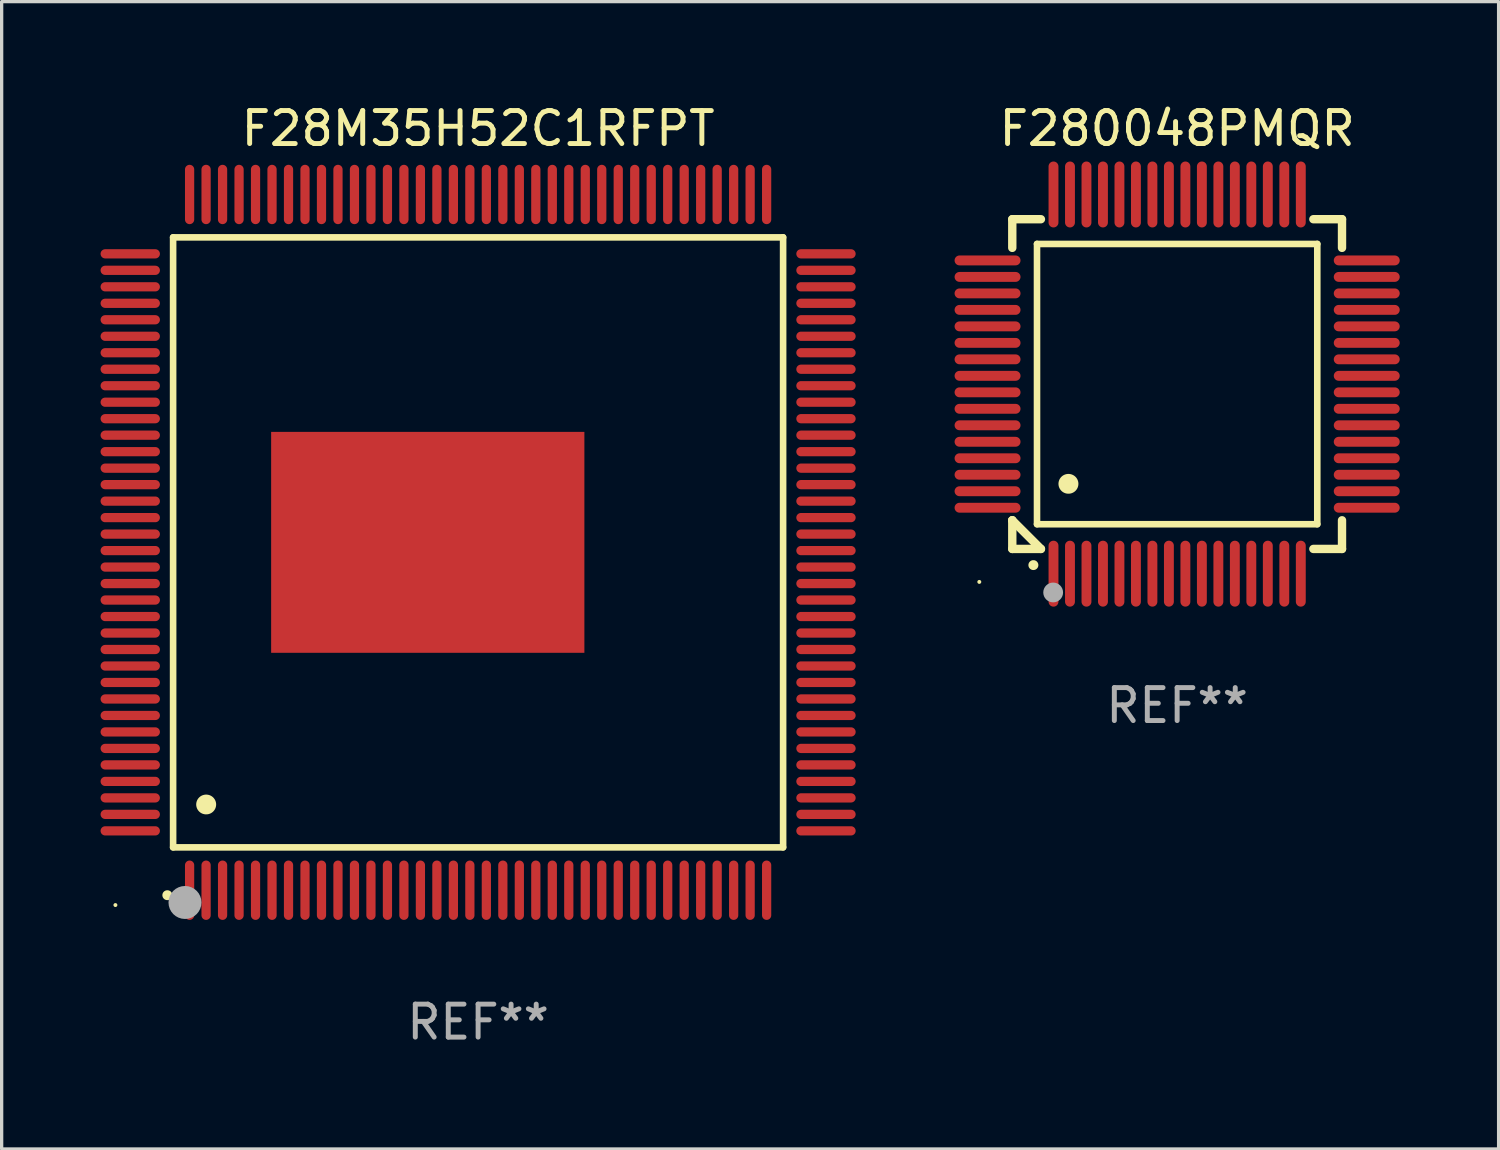
<source format=kicad_pcb>
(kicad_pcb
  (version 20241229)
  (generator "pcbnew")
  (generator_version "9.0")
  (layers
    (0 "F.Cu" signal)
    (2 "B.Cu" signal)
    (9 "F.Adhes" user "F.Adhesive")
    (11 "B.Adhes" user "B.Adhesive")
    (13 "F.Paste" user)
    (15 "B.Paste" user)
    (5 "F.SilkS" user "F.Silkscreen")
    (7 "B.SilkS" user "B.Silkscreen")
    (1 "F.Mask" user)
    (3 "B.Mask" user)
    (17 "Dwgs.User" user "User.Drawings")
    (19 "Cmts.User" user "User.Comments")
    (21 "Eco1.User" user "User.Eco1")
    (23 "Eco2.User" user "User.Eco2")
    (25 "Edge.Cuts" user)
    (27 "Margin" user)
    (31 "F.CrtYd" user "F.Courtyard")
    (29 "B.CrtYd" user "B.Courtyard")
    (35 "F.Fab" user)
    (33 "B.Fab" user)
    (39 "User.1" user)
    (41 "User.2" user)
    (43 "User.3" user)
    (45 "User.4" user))
  (footprint "F28M35H52C1RFPT"
    (layer "F.Cu")
    (at 11.45 13.398)
    (property "Reference" "F28M35H52C1RFPT" (at 0 -12.55 0) (layer "F.SilkS") (effects (font (size 1 1) (thickness 0.15))))
    (attr through_hole)
    (fp_line (start -9.25 -9.25) (end 9.25 -9.25) (stroke (width 0.2) (type solid)) (layer "F.SilkS"))
    (fp_line (start -9.25 9.25) (end -9.25 -9.25) (stroke (width 0.2) (type solid)) (layer "F.SilkS"))
    (fp_line (start 9.25 -9.25) (end 9.25 9.25) (stroke (width 0.2) (type solid)) (layer "F.SilkS"))
    (fp_line (start 9.25 9.25) (end -9.25 9.25) (stroke (width 0.2) (type solid)) (layer "F.SilkS"))
    (fp_arc (start -9.425959 10.701041) (mid -9.424689 10.701036) (end -9.423419 10.701041) (stroke (width 0.3) (type solid)) (layer "F.SilkS"))
    (fp_arc (start -8.249936 7.950216) (mid -8.247396 7.950205) (end -8.244856 7.950216) (stroke (width 0.6) (type solid)) (layer "F.SilkS"))
    (fp_circle (center -11 11) (end -10.97 11) (stroke (width 0.06) (type solid)) (fill no) (layer "F.SilkS"))
    (fp_circle (center -8.89 10.922) (end -8.64 10.922) (stroke (width 0.5) (type solid)) (fill no) (layer "F.Fab"))
    (fp_text user "REF**" (at 0 14.55 0) (layer "F.Fab") (effects (font (size 1 1) (thickness 0.15))))
    (pad "1" smd oval (at -8.75 10.55) (size 0.28 1.8) (layers "F.Cu" "F.Mask" "F.Paste"))
    (pad "2" smd oval (at -8.25 10.55) (size 0.28 1.8) (layers "F.Cu" "F.Mask" "F.Paste"))
    (pad "3" smd oval (at -7.75 10.55) (size 0.28 1.8) (layers "F.Cu" "F.Mask" "F.Paste"))
    (pad "4" smd oval (at -7.25 10.55) (size 0.28 1.8) (layers "F.Cu" "F.Mask" "F.Paste"))
    (pad "5" smd oval (at -6.75 10.55) (size 0.28 1.8) (layers "F.Cu" "F.Mask" "F.Paste"))
    (pad "6" smd oval (at -6.25 10.55) (size 0.28 1.8) (layers "F.Cu" "F.Mask" "F.Paste"))
    (pad "7" smd oval (at -5.75 10.55) (size 0.28 1.8) (layers "F.Cu" "F.Mask" "F.Paste"))
    (pad "8" smd oval (at -5.25 10.55) (size 0.28 1.8) (layers "F.Cu" "F.Mask" "F.Paste"))
    (pad "9" smd oval (at -4.75 10.55) (size 0.28 1.8) (layers "F.Cu" "F.Mask" "F.Paste"))
    (pad "10" smd oval (at -4.25 10.55) (size 0.28 1.8) (layers "F.Cu" "F.Mask" "F.Paste"))
    (pad "11" smd oval (at -3.75 10.55) (size 0.28 1.8) (layers "F.Cu" "F.Mask" "F.Paste"))
    (pad "12" smd oval (at -3.25 10.55) (size 0.28 1.8) (layers "F.Cu" "F.Mask" "F.Paste"))
    (pad "13" smd oval (at -2.75 10.55) (size 0.28 1.8) (layers "F.Cu" "F.Mask" "F.Paste"))
    (pad "14" smd oval (at -2.25 10.55) (size 0.28 1.8) (layers "F.Cu" "F.Mask" "F.Paste"))
    (pad "15" smd oval (at -1.75 10.55) (size 0.28 1.8) (layers "F.Cu" "F.Mask" "F.Paste"))
    (pad "16" smd oval (at -1.25 10.55) (size 0.28 1.8) (layers "F.Cu" "F.Mask" "F.Paste"))
    (pad "17" smd oval (at -0.75 10.55) (size 0.28 1.8) (layers "F.Cu" "F.Mask" "F.Paste"))
    (pad "18" smd oval (at -0.25 10.55) (size 0.28 1.8) (layers "F.Cu" "F.Mask" "F.Paste"))
    (pad "19" smd oval (at 0.25 10.55) (size 0.28 1.8) (layers "F.Cu" "F.Mask" "F.Paste"))
    (pad "20" smd oval (at 0.75 10.55) (size 0.28 1.8) (layers "F.Cu" "F.Mask" "F.Paste"))
    (pad "21" smd oval (at 1.25 10.55) (size 0.28 1.8) (layers "F.Cu" "F.Mask" "F.Paste"))
    (pad "22" smd oval (at 1.75 10.55) (size 0.28 1.8) (layers "F.Cu" "F.Mask" "F.Paste"))
    (pad "23" smd oval (at 2.25 10.55) (size 0.28 1.8) (layers "F.Cu" "F.Mask" "F.Paste"))
    (pad "24" smd oval (at 2.75 10.55) (size 0.28 1.8) (layers "F.Cu" "F.Mask" "F.Paste"))
    (pad "25" smd oval (at 3.25 10.55) (size 0.28 1.8) (layers "F.Cu" "F.Mask" "F.Paste"))
    (pad "26" smd oval (at 3.75 10.55) (size 0.28 1.8) (layers "F.Cu" "F.Mask" "F.Paste"))
    (pad "27" smd oval (at 4.25 10.55) (size 0.28 1.8) (layers "F.Cu" "F.Mask" "F.Paste"))
    (pad "28" smd oval (at 4.75 10.55) (size 0.28 1.8) (layers "F.Cu" "F.Mask" "F.Paste"))
    (pad "29" smd oval (at 5.25 10.55) (size 0.28 1.8) (layers "F.Cu" "F.Mask" "F.Paste"))
    (pad "30" smd oval (at 5.75 10.55) (size 0.28 1.8) (layers "F.Cu" "F.Mask" "F.Paste"))
    (pad "31" smd oval (at 6.25 10.55) (size 0.28 1.8) (layers "F.Cu" "F.Mask" "F.Paste"))
    (pad "32" smd oval (at 6.75 10.55) (size 0.28 1.8) (layers "F.Cu" "F.Mask" "F.Paste"))
    (pad "33" smd oval (at 7.25 10.55) (size 0.28 1.8) (layers "F.Cu" "F.Mask" "F.Paste"))
    (pad "34" smd oval (at 7.75 10.55) (size 0.28 1.8) (layers "F.Cu" "F.Mask" "F.Paste"))
    (pad "35" smd oval (at 8.25 10.55) (size 0.28 1.8) (layers "F.Cu" "F.Mask" "F.Paste"))
    (pad "36" smd oval (at 8.75 10.55) (size 0.28 1.8) (layers "F.Cu" "F.Mask" "F.Paste"))
    (pad "37" smd oval (at 10.55 8.75) (size 1.8 0.28) (layers "F.Cu" "F.Mask" "F.Paste"))
    (pad "38" smd oval (at 10.55 8.25) (size 1.8 0.28) (layers "F.Cu" "F.Mask" "F.Paste"))
    (pad "39" smd oval (at 10.55 7.75) (size 1.8 0.28) (layers "F.Cu" "F.Mask" "F.Paste"))
    (pad "40" smd oval (at 10.55 7.25) (size 1.8 0.28) (layers "F.Cu" "F.Mask" "F.Paste"))
    (pad "41" smd oval (at 10.55 6.75) (size 1.8 0.28) (layers "F.Cu" "F.Mask" "F.Paste"))
    (pad "42" smd oval (at 10.55 6.25) (size 1.8 0.28) (layers "F.Cu" "F.Mask" "F.Paste"))
    (pad "43" smd oval (at 10.55 5.75) (size 1.8 0.28) (layers "F.Cu" "F.Mask" "F.Paste"))
    (pad "44" smd oval (at 10.55 5.25) (size 1.8 0.28) (layers "F.Cu" "F.Mask" "F.Paste"))
    (pad "45" smd oval (at 10.55 4.75) (size 1.8 0.28) (layers "F.Cu" "F.Mask" "F.Paste"))
    (pad "46" smd oval (at 10.55 4.25) (size 1.8 0.28) (layers "F.Cu" "F.Mask" "F.Paste"))
    (pad "47" smd oval (at 10.55 3.75) (size 1.8 0.28) (layers "F.Cu" "F.Mask" "F.Paste"))
    (pad "48" smd oval (at 10.55 3.25) (size 1.8 0.28) (layers "F.Cu" "F.Mask" "F.Paste"))
    (pad "49" smd oval (at 10.55 2.75) (size 1.8 0.28) (layers "F.Cu" "F.Mask" "F.Paste"))
    (pad "50" smd oval (at 10.55 2.25) (size 1.8 0.28) (layers "F.Cu" "F.Mask" "F.Paste"))
    (pad "51" smd oval (at 10.55 1.75) (size 1.8 0.28) (layers "F.Cu" "F.Mask" "F.Paste"))
    (pad "52" smd oval (at 10.55 1.25) (size 1.8 0.28) (layers "F.Cu" "F.Mask" "F.Paste"))
    (pad "53" smd oval (at 10.55 0.75) (size 1.8 0.28) (layers "F.Cu" "F.Mask" "F.Paste"))
    (pad "54" smd oval (at 10.55 0.25) (size 1.8 0.28) (layers "F.Cu" "F.Mask" "F.Paste"))
    (pad "55" smd oval (at 10.55 -0.25) (size 1.8 0.28) (layers "F.Cu" "F.Mask" "F.Paste"))
    (pad "56" smd oval (at 10.55 -0.75) (size 1.8 0.28) (layers "F.Cu" "F.Mask" "F.Paste"))
    (pad "57" smd oval (at 10.55 -1.25) (size 1.8 0.28) (layers "F.Cu" "F.Mask" "F.Paste"))
    (pad "58" smd oval (at 10.55 -1.75) (size 1.8 0.28) (layers "F.Cu" "F.Mask" "F.Paste"))
    (pad "59" smd oval (at 10.55 -2.25) (size 1.8 0.28) (layers "F.Cu" "F.Mask" "F.Paste"))
    (pad "60" smd oval (at 10.55 -2.75) (size 1.8 0.28) (layers "F.Cu" "F.Mask" "F.Paste"))
    (pad "61" smd oval (at 10.55 -3.25) (size 1.8 0.28) (layers "F.Cu" "F.Mask" "F.Paste"))
    (pad "62" smd oval (at 10.55 -3.75) (size 1.8 0.28) (layers "F.Cu" "F.Mask" "F.Paste"))
    (pad "63" smd oval (at 10.55 -4.25) (size 1.8 0.28) (layers "F.Cu" "F.Mask" "F.Paste"))
    (pad "64" smd oval (at 10.55 -4.75) (size 1.8 0.28) (layers "F.Cu" "F.Mask" "F.Paste"))
    (pad "65" smd oval (at 10.55 -5.25) (size 1.8 0.28) (layers "F.Cu" "F.Mask" "F.Paste"))
    (pad "66" smd oval (at 10.55 -5.75) (size 1.8 0.28) (layers "F.Cu" "F.Mask" "F.Paste"))
    (pad "67" smd oval (at 10.55 -6.25) (size 1.8 0.28) (layers "F.Cu" "F.Mask" "F.Paste"))
    (pad "68" smd oval (at 10.55 -6.75) (size 1.8 0.28) (layers "F.Cu" "F.Mask" "F.Paste"))
    (pad "69" smd oval (at 10.55 -7.25) (size 1.8 0.28) (layers "F.Cu" "F.Mask" "F.Paste"))
    (pad "70" smd oval (at 10.55 -7.75) (size 1.8 0.28) (layers "F.Cu" "F.Mask" "F.Paste"))
    (pad "71" smd oval (at 10.55 -8.25) (size 1.8 0.28) (layers "F.Cu" "F.Mask" "F.Paste"))
    (pad "72" smd oval (at 10.55 -8.75) (size 1.8 0.28) (layers "F.Cu" "F.Mask" "F.Paste"))
    (pad "73" smd oval (at 8.75 -10.55) (size 0.28 1.8) (layers "F.Cu" "F.Mask" "F.Paste"))
    (pad "74" smd oval (at 8.25 -10.55) (size 0.28 1.8) (layers "F.Cu" "F.Mask" "F.Paste"))
    (pad "75" smd oval (at 7.75 -10.55) (size 0.28 1.8) (layers "F.Cu" "F.Mask" "F.Paste"))
    (pad "76" smd oval (at 7.25 -10.55) (size 0.28 1.8) (layers "F.Cu" "F.Mask" "F.Paste"))
    (pad "77" smd oval (at 6.75 -10.55) (size 0.28 1.8) (layers "F.Cu" "F.Mask" "F.Paste"))
    (pad "78" smd oval (at 6.25 -10.55) (size 0.28 1.8) (layers "F.Cu" "F.Mask" "F.Paste"))
    (pad "79" smd oval (at 5.75 -10.55) (size 0.28 1.8) (layers "F.Cu" "F.Mask" "F.Paste"))
    (pad "80" smd oval (at 5.25 -10.55) (size 0.28 1.8) (layers "F.Cu" "F.Mask" "F.Paste"))
    (pad "81" smd oval (at 4.75 -10.55) (size 0.28 1.8) (layers "F.Cu" "F.Mask" "F.Paste"))
    (pad "82" smd oval (at 4.25 -10.55) (size 0.28 1.8) (layers "F.Cu" "F.Mask" "F.Paste"))
    (pad "83" smd oval (at 3.75 -10.55) (size 0.28 1.8) (layers "F.Cu" "F.Mask" "F.Paste"))
    (pad "84" smd oval (at 3.25 -10.55) (size 0.28 1.8) (layers "F.Cu" "F.Mask" "F.Paste"))
    (pad "85" smd oval (at 2.75 -10.55) (size 0.28 1.8) (layers "F.Cu" "F.Mask" "F.Paste"))
    (pad "86" smd oval (at 2.25 -10.55) (size 0.28 1.8) (layers "F.Cu" "F.Mask" "F.Paste"))
    (pad "87" smd oval (at 1.75 -10.55) (size 0.28 1.8) (layers "F.Cu" "F.Mask" "F.Paste"))
    (pad "88" smd oval (at 1.25 -10.55) (size 0.28 1.8) (layers "F.Cu" "F.Mask" "F.Paste"))
    (pad "89" smd oval (at 0.75 -10.55) (size 0.28 1.8) (layers "F.Cu" "F.Mask" "F.Paste"))
    (pad "90" smd oval (at 0.25 -10.55) (size 0.28 1.8) (layers "F.Cu" "F.Mask" "F.Paste"))
    (pad "91" smd oval (at -0.25 -10.55) (size 0.28 1.8) (layers "F.Cu" "F.Mask" "F.Paste"))
    (pad "92" smd oval (at -0.75 -10.55) (size 0.28 1.8) (layers "F.Cu" "F.Mask" "F.Paste"))
    (pad "93" smd oval (at -1.25 -10.55) (size 0.28 1.8) (layers "F.Cu" "F.Mask" "F.Paste"))
    (pad "94" smd oval (at -1.75 -10.55) (size 0.28 1.8) (layers "F.Cu" "F.Mask" "F.Paste"))
    (pad "95" smd oval (at -2.25 -10.55) (size 0.28 1.8) (layers "F.Cu" "F.Mask" "F.Paste"))
    (pad "96" smd oval (at -2.75 -10.55) (size 0.28 1.8) (layers "F.Cu" "F.Mask" "F.Paste"))
    (pad "97" smd oval (at -3.25 -10.55) (size 0.28 1.8) (layers "F.Cu" "F.Mask" "F.Paste"))
    (pad "98" smd oval (at -3.75 -10.55) (size 0.28 1.8) (layers "F.Cu" "F.Mask" "F.Paste"))
    (pad "99" smd oval (at -4.25 -10.55) (size 0.28 1.8) (layers "F.Cu" "F.Mask" "F.Paste"))
    (pad "100" smd oval (at -4.75 -10.55) (size 0.28 1.8) (layers "F.Cu" "F.Mask" "F.Paste"))
    (pad "101" smd oval (at -5.25 -10.55) (size 0.28 1.8) (layers "F.Cu" "F.Mask" "F.Paste"))
    (pad "102" smd oval (at -5.75 -10.55) (size 0.28 1.8) (layers "F.Cu" "F.Mask" "F.Paste"))
    (pad "103" smd oval (at -6.25 -10.55) (size 0.28 1.8) (layers "F.Cu" "F.Mask" "F.Paste"))
    (pad "104" smd oval (at -6.75 -10.55) (size 0.28 1.8) (layers "F.Cu" "F.Mask" "F.Paste"))
    (pad "105" smd oval (at -7.25 -10.55) (size 0.28 1.8) (layers "F.Cu" "F.Mask" "F.Paste"))
    (pad "106" smd oval (at -7.75 -10.55) (size 0.28 1.8) (layers "F.Cu" "F.Mask" "F.Paste"))
    (pad "107" smd oval (at -8.25 -10.55) (size 0.28 1.8) (layers "F.Cu" "F.Mask" "F.Paste"))
    (pad "108" smd oval (at -8.75 -10.55) (size 0.28 1.8) (layers "F.Cu" "F.Mask" "F.Paste"))
    (pad "109" smd oval (at -10.55 -8.75) (size 1.8 0.28) (layers "F.Cu" "F.Mask" "F.Paste"))
    (pad "110" smd oval (at -10.55 -8.25) (size 1.8 0.28) (layers "F.Cu" "F.Mask" "F.Paste"))
    (pad "111" smd oval (at -10.55 -7.75) (size 1.8 0.28) (layers "F.Cu" "F.Mask" "F.Paste"))
    (pad "112" smd oval (at -10.55 -7.25) (size 1.8 0.28) (layers "F.Cu" "F.Mask" "F.Paste"))
    (pad "113" smd oval (at -10.55 -6.75) (size 1.8 0.28) (layers "F.Cu" "F.Mask" "F.Paste"))
    (pad "114" smd oval (at -10.55 -6.25) (size 1.8 0.28) (layers "F.Cu" "F.Mask" "F.Paste"))
    (pad "115" smd oval (at -10.55 -5.75) (size 1.8 0.28) (layers "F.Cu" "F.Mask" "F.Paste"))
    (pad "116" smd oval (at -10.55 -5.25) (size 1.8 0.28) (layers "F.Cu" "F.Mask" "F.Paste"))
    (pad "117" smd oval (at -10.55 -4.75) (size 1.8 0.28) (layers "F.Cu" "F.Mask" "F.Paste"))
    (pad "118" smd oval (at -10.55 -4.25) (size 1.8 0.28) (layers "F.Cu" "F.Mask" "F.Paste"))
    (pad "119" smd oval (at -10.55 -3.75) (size 1.8 0.28) (layers "F.Cu" "F.Mask" "F.Paste"))
    (pad "120" smd oval (at -10.55 -3.25) (size 1.8 0.28) (layers "F.Cu" "F.Mask" "F.Paste"))
    (pad "121" smd oval (at -10.55 -2.75) (size 1.8 0.28) (layers "F.Cu" "F.Mask" "F.Paste"))
    (pad "122" smd oval (at -10.55 -2.25) (size 1.8 0.28) (layers "F.Cu" "F.Mask" "F.Paste"))
    (pad "123" smd oval (at -10.55 -1.75) (size 1.8 0.28) (layers "F.Cu" "F.Mask" "F.Paste"))
    (pad "124" smd oval (at -10.55 -1.25) (size 1.8 0.28) (layers "F.Cu" "F.Mask" "F.Paste"))
    (pad "125" smd oval (at -10.55 -0.75) (size 1.8 0.28) (layers "F.Cu" "F.Mask" "F.Paste"))
    (pad "126" smd oval (at -10.55 -0.25) (size 1.8 0.28) (layers "F.Cu" "F.Mask" "F.Paste"))
    (pad "127" smd oval (at -10.55 0.25) (size 1.8 0.28) (layers "F.Cu" "F.Mask" "F.Paste"))
    (pad "128" smd oval (at -10.55 0.75) (size 1.8 0.28) (layers "F.Cu" "F.Mask" "F.Paste"))
    (pad "129" smd oval (at -10.55 1.25) (size 1.8 0.28) (layers "F.Cu" "F.Mask" "F.Paste"))
    (pad "130" smd oval (at -10.55 1.75) (size 1.8 0.28) (layers "F.Cu" "F.Mask" "F.Paste"))
    (pad "131" smd oval (at -10.55 2.25) (size 1.8 0.28) (layers "F.Cu" "F.Mask" "F.Paste"))
    (pad "132" smd oval (at -10.55 2.75) (size 1.8 0.28) (layers "F.Cu" "F.Mask" "F.Paste"))
    (pad "133" smd oval (at -10.55 3.25) (size 1.8 0.28) (layers "F.Cu" "F.Mask" "F.Paste"))
    (pad "134" smd oval (at -10.55 3.75) (size 1.8 0.28) (layers "F.Cu" "F.Mask" "F.Paste"))
    (pad "135" smd oval (at -10.55 4.25) (size 1.8 0.28) (layers "F.Cu" "F.Mask" "F.Paste"))
    (pad "136" smd oval (at -10.55 4.75) (size 1.8 0.28) (layers "F.Cu" "F.Mask" "F.Paste"))
    (pad "137" smd oval (at -10.55 5.25) (size 1.8 0.28) (layers "F.Cu" "F.Mask" "F.Paste"))
    (pad "138" smd oval (at -10.55 5.75) (size 1.8 0.28) (layers "F.Cu" "F.Mask" "F.Paste"))
    (pad "139" smd oval (at -10.55 6.25) (size 1.8 0.28) (layers "F.Cu" "F.Mask" "F.Paste"))
    (pad "140" smd oval (at -10.55 6.75) (size 1.8 0.28) (layers "F.Cu" "F.Mask" "F.Paste"))
    (pad "141" smd oval (at -10.55 7.25) (size 1.8 0.28) (layers "F.Cu" "F.Mask" "F.Paste"))
    (pad "142" smd oval (at -10.55 7.75) (size 1.8 0.28) (layers "F.Cu" "F.Mask" "F.Paste"))
    (pad "143" smd oval (at -10.55 8.25) (size 1.8 0.28) (layers "F.Cu" "F.Mask" "F.Paste"))
    (pad "144" smd oval (at -10.55 8.75) (size 1.8 0.28) (layers "F.Cu" "F.Mask" "F.Paste"))
    (pad "145" smd rect (at -1.527 0) (size 9.5 6.7) (layers "F.Cu" "F.Mask" "F.Paste")))
  (footprint "F280048PMQR"
    (layer "F.Cu")
    (at 32.65 8.598)
    (property "Reference" "F280048PMQR" (at 0 -7.75 0) (layer "F.SilkS") (effects (font (size 1 1) (thickness 0.15))))
    (attr through_hole)
    (fp_line (start -5 -5) (end -4.131 -5) (stroke (width 0.254) (type solid)) (layer "F.SilkS"))
    (fp_line (start -5 -4.131) (end -5 -5) (stroke (width 0.254) (type solid)) (layer "F.SilkS"))
    (fp_line (start -5 4.131) (end -5 4.131) (stroke (width 0.254) (type solid)) (layer "F.SilkS"))
    (fp_line (start -5 5) (end -5 4.131) (stroke (width 0.254) (type solid)) (layer "F.SilkS"))
    (fp_line (start -5 4.131) (end -4.131 5) (stroke (width 0.254) (type solid)) (layer "F.SilkS"))
    (fp_line (start -4.25 -4.25) (end -4.25 4.25) (stroke (width 0.2) (type solid)) (layer "F.SilkS"))
    (fp_line (start -4.25 4.25) (end 4.25 4.25) (stroke (width 0.2) (type solid)) (layer "F.SilkS"))
    (fp_line (start -4.131 5) (end -5 5) (stroke (width 0.254) (type solid)) (layer "F.SilkS"))
    (fp_line (start 4.25 -4.25) (end -4.25 -4.25) (stroke (width 0.2) (type solid)) (layer "F.SilkS"))
    (fp_line (start 4.25 4.25) (end 4.25 -4.25) (stroke (width 0.2) (type solid)) (layer "F.SilkS"))
    (fp_line (start 5 -5) (end 4.131 -5) (stroke (width 0.254) (type solid)) (layer "F.SilkS"))
    (fp_line (start 5 -5) (end 5 -4.131) (stroke (width 0.254) (type solid)) (layer "F.SilkS"))
    (fp_line (start 5 4.131) (end 5 5) (stroke (width 0.254) (type solid)) (layer "F.SilkS"))
    (fp_line (start 5 5) (end 4.131 5) (stroke (width 0.254) (type solid)) (layer "F.SilkS"))
    (fp_arc (start -4.361265 5.489992) (mid -4.359995 5.489987) (end -4.358725 5.489992) (stroke (width 0.3) (type solid)) (layer "F.SilkS"))
    (fp_arc (start -3.299467 3.025146) (mid -3.296927 3.025135) (end -3.294387 3.025146) (stroke (width 0.6) (type solid)) (layer "F.SilkS"))
    (fp_circle (center -6 6) (end -5.97 6) (stroke (width 0.06) (type solid)) (fill no) (layer "F.SilkS"))
    (fp_circle (center -3.76 6.32) (end -3.61 6.32) (stroke (width 0.3) (type solid)) (fill no) (layer "F.Fab"))
    (fp_text user "REF**" (at 0 9.75 0) (layer "F.Fab") (effects (font (size 1 1) (thickness 0.15))))
    (pad "1" smd oval (at -3.75 5.75) (size 0.3 2) (layers "F.Cu" "F.Mask" "F.Paste"))
    (pad "2" smd oval (at -3.25 5.75) (size 0.3 2) (layers "F.Cu" "F.Mask" "F.Paste"))
    (pad "3" smd oval (at -2.75 5.75) (size 0.3 2) (layers "F.Cu" "F.Mask" "F.Paste"))
    (pad "4" smd oval (at -2.25 5.75) (size 0.3 2) (layers "F.Cu" "F.Mask" "F.Paste"))
    (pad "5" smd oval (at -1.75 5.75) (size 0.3 2) (layers "F.Cu" "F.Mask" "F.Paste"))
    (pad "6" smd oval (at -1.25 5.75) (size 0.3 2) (layers "F.Cu" "F.Mask" "F.Paste"))
    (pad "7" smd oval (at -0.75 5.75) (size 0.3 2) (layers "F.Cu" "F.Mask" "F.Paste"))
    (pad "8" smd oval (at -0.25 5.75) (size 0.3 2) (layers "F.Cu" "F.Mask" "F.Paste"))
    (pad "9" smd oval (at 0.25 5.75) (size 0.3 2) (layers "F.Cu" "F.Mask" "F.Paste"))
    (pad "10" smd oval (at 0.75 5.75) (size 0.3 2) (layers "F.Cu" "F.Mask" "F.Paste"))
    (pad "11" smd oval (at 1.25 5.75) (size 0.3 2) (layers "F.Cu" "F.Mask" "F.Paste"))
    (pad "12" smd oval (at 1.75 5.75) (size 0.3 2) (layers "F.Cu" "F.Mask" "F.Paste"))
    (pad "13" smd oval (at 2.25 5.75) (size 0.3 2) (layers "F.Cu" "F.Mask" "F.Paste"))
    (pad "14" smd oval (at 2.75 5.75) (size 0.3 2) (layers "F.Cu" "F.Mask" "F.Paste"))
    (pad "15" smd oval (at 3.25 5.75) (size 0.3 2) (layers "F.Cu" "F.Mask" "F.Paste"))
    (pad "16" smd oval (at 3.75 5.75) (size 0.3 2) (layers "F.Cu" "F.Mask" "F.Paste"))
    (pad "17" smd oval (at 5.75 3.75) (size 2 0.3) (layers "F.Cu" "F.Mask" "F.Paste"))
    (pad "18" smd oval (at 5.75 3.25) (size 2 0.3) (layers "F.Cu" "F.Mask" "F.Paste"))
    (pad "19" smd oval (at 5.75 2.75) (size 2 0.3) (layers "F.Cu" "F.Mask" "F.Paste"))
    (pad "20" smd oval (at 5.75 2.25) (size 2 0.3) (layers "F.Cu" "F.Mask" "F.Paste"))
    (pad "21" smd oval (at 5.75 1.75) (size 2 0.3) (layers "F.Cu" "F.Mask" "F.Paste"))
    (pad "22" smd oval (at 5.75 1.25) (size 2 0.3) (layers "F.Cu" "F.Mask" "F.Paste"))
    (pad "23" smd oval (at 5.75 0.75) (size 2 0.3) (layers "F.Cu" "F.Mask" "F.Paste"))
    (pad "24" smd oval (at 5.75 0.25) (size 2 0.3) (layers "F.Cu" "F.Mask" "F.Paste"))
    (pad "25" smd oval (at 5.75 -0.25) (size 2 0.3) (layers "F.Cu" "F.Mask" "F.Paste"))
    (pad "26" smd oval (at 5.75 -0.75) (size 2 0.3) (layers "F.Cu" "F.Mask" "F.Paste"))
    (pad "27" smd oval (at 5.75 -1.25) (size 2 0.3) (layers "F.Cu" "F.Mask" "F.Paste"))
    (pad "28" smd oval (at 5.75 -1.75) (size 2 0.3) (layers "F.Cu" "F.Mask" "F.Paste"))
    (pad "29" smd oval (at 5.75 -2.25) (size 2 0.3) (layers "F.Cu" "F.Mask" "F.Paste"))
    (pad "30" smd oval (at 5.75 -2.75) (size 2 0.3) (layers "F.Cu" "F.Mask" "F.Paste"))
    (pad "31" smd oval (at 5.75 -3.25) (size 2 0.3) (layers "F.Cu" "F.Mask" "F.Paste"))
    (pad "32" smd oval (at 5.75 -3.75) (size 2 0.3) (layers "F.Cu" "F.Mask" "F.Paste"))
    (pad "33" smd oval (at 3.75 -5.75) (size 0.3 2) (layers "F.Cu" "F.Mask" "F.Paste"))
    (pad "34" smd oval (at 3.25 -5.75) (size 0.3 2) (layers "F.Cu" "F.Mask" "F.Paste"))
    (pad "35" smd oval (at 2.75 -5.75) (size 0.3 2) (layers "F.Cu" "F.Mask" "F.Paste"))
    (pad "36" smd oval (at 2.25 -5.75) (size 0.3 2) (layers "F.Cu" "F.Mask" "F.Paste"))
    (pad "37" smd oval (at 1.75 -5.75) (size 0.3 2) (layers "F.Cu" "F.Mask" "F.Paste"))
    (pad "38" smd oval (at 1.25 -5.75) (size 0.3 2) (layers "F.Cu" "F.Mask" "F.Paste"))
    (pad "39" smd oval (at 0.75 -5.75) (size 0.3 2) (layers "F.Cu" "F.Mask" "F.Paste"))
    (pad "40" smd oval (at 0.25 -5.75) (size 0.3 2) (layers "F.Cu" "F.Mask" "F.Paste"))
    (pad "41" smd oval (at -0.25 -5.75) (size 0.3 2) (layers "F.Cu" "F.Mask" "F.Paste"))
    (pad "42" smd oval (at -0.75 -5.75) (size 0.3 2) (layers "F.Cu" "F.Mask" "F.Paste"))
    (pad "43" smd oval (at -1.25 -5.75) (size 0.3 2) (layers "F.Cu" "F.Mask" "F.Paste"))
    (pad "44" smd oval (at -1.75 -5.75) (size 0.3 2) (layers "F.Cu" "F.Mask" "F.Paste"))
    (pad "45" smd oval (at -2.25 -5.75) (size 0.3 2) (layers "F.Cu" "F.Mask" "F.Paste"))
    (pad "46" smd oval (at -2.75 -5.75) (size 0.3 2) (layers "F.Cu" "F.Mask" "F.Paste"))
    (pad "47" smd oval (at -3.25 -5.75) (size 0.3 2) (layers "F.Cu" "F.Mask" "F.Paste"))
    (pad "48" smd oval (at -3.75 -5.75) (size 0.3 2) (layers "F.Cu" "F.Mask" "F.Paste"))
    (pad "49" smd oval (at -5.75 -3.75) (size 2 0.3) (layers "F.Cu" "F.Mask" "F.Paste"))
    (pad "50" smd oval (at -5.75 -3.25) (size 2 0.3) (layers "F.Cu" "F.Mask" "F.Paste"))
    (pad "51" smd oval (at -5.75 -2.75) (size 2 0.3) (layers "F.Cu" "F.Mask" "F.Paste"))
    (pad "52" smd oval (at -5.75 -2.25) (size 2 0.3) (layers "F.Cu" "F.Mask" "F.Paste"))
    (pad "53" smd oval (at -5.75 -1.75) (size 2 0.3) (layers "F.Cu" "F.Mask" "F.Paste"))
    (pad "54" smd oval (at -5.75 -1.25) (size 2 0.3) (layers "F.Cu" "F.Mask" "F.Paste"))
    (pad "55" smd oval (at -5.75 -0.75) (size 2 0.3) (layers "F.Cu" "F.Mask" "F.Paste"))
    (pad "56" smd oval (at -5.75 -0.25) (size 2 0.3) (layers "F.Cu" "F.Mask" "F.Paste"))
    (pad "57" smd oval (at -5.75 0.25) (size 2 0.3) (layers "F.Cu" "F.Mask" "F.Paste"))
    (pad "58" smd oval (at -5.75 0.75) (size 2 0.3) (layers "F.Cu" "F.Mask" "F.Paste"))
    (pad "59" smd oval (at -5.75 1.25) (size 2 0.3) (layers "F.Cu" "F.Mask" "F.Paste"))
    (pad "60" smd oval (at -5.75 1.75) (size 2 0.3) (layers "F.Cu" "F.Mask" "F.Paste"))
    (pad "61" smd oval (at -5.75 2.25) (size 2 0.3) (layers "F.Cu" "F.Mask" "F.Paste"))
    (pad "62" smd oval (at -5.75 2.75) (size 2 0.3) (layers "F.Cu" "F.Mask" "F.Paste"))
    (pad "63" smd oval (at -5.75 3.25) (size 2 0.3) (layers "F.Cu" "F.Mask" "F.Paste"))
    (pad "64" smd oval (at -5.75 3.75) (size 2 0.3) (layers "F.Cu" "F.Mask" "F.Paste")))
  (gr_rect
    (start -3 -3)
    (end 42.399 31.796)
    (stroke (width 0.1) (type default))
    (fill no)
    (layer "Edge.Cuts")))
</source>
